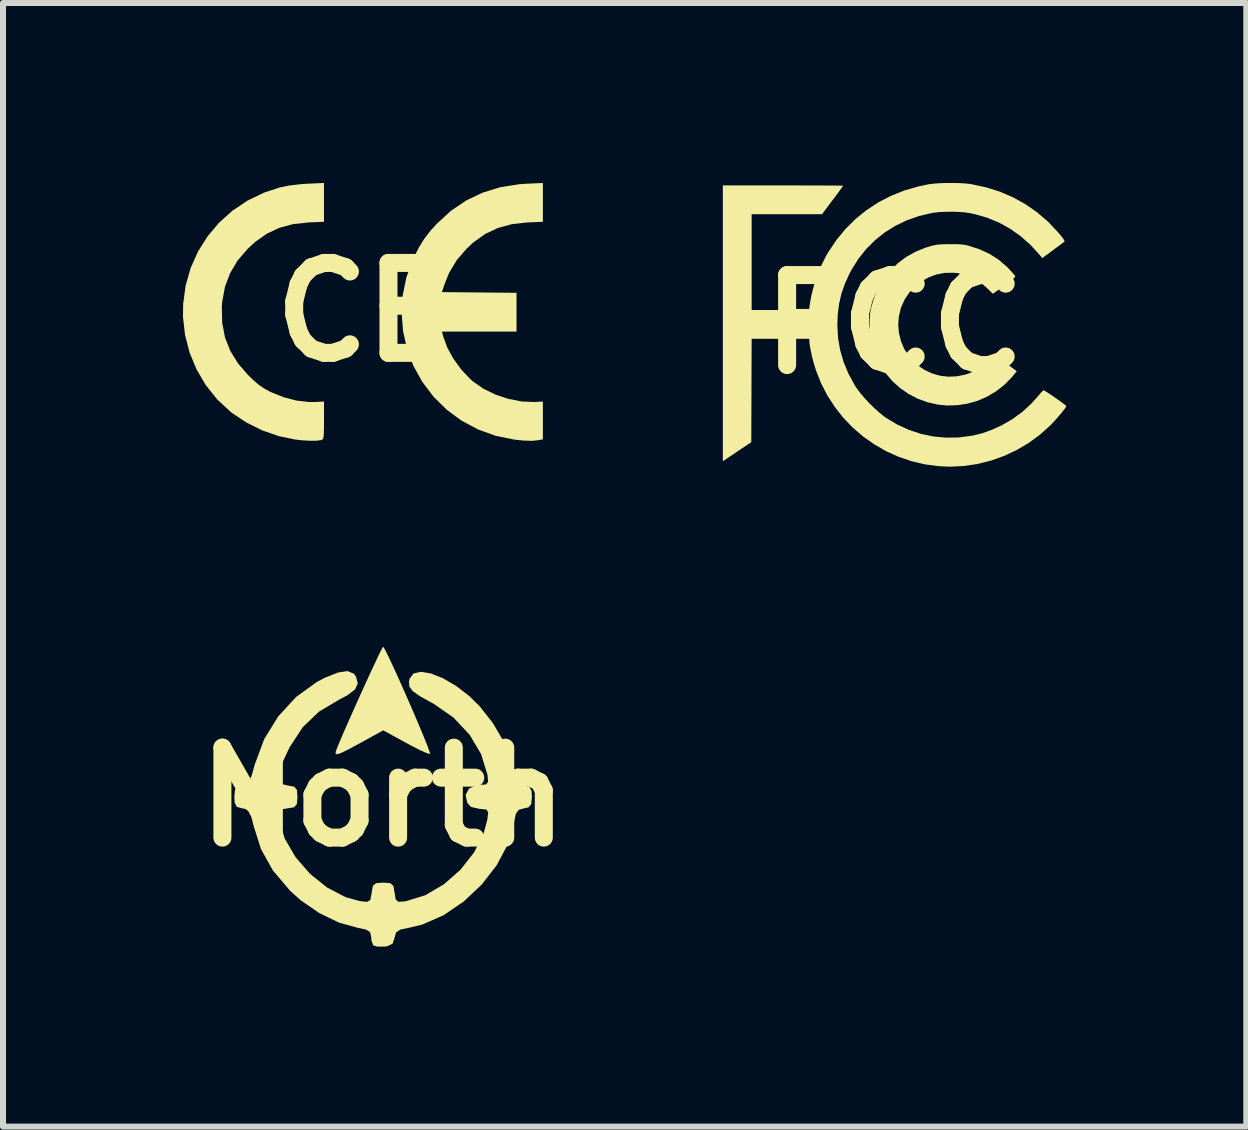
<source format=kicad_pcb>
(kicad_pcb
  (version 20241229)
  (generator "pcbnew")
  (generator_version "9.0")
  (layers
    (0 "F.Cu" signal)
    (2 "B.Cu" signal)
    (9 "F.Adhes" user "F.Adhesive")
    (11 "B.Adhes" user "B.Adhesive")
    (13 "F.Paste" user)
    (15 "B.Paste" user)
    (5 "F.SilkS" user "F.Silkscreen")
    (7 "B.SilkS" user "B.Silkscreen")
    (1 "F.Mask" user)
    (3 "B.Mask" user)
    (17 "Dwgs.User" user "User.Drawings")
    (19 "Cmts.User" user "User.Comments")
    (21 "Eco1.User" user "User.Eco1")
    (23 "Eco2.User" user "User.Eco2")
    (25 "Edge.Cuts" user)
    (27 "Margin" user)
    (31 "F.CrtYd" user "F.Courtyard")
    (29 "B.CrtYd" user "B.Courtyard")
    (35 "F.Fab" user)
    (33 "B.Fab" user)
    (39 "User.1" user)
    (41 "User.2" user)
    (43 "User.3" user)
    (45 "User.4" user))
  (footprint "FCC"
    (layer "F.Cu")
    (at 11.856 2.357)
    (property "Reference" "FCC" (at 0 0 0) (layer "F.SilkS") (effects (font (size 1.5 1.5) (thickness 0.3))))
    (attr board_only exclude_from_pos_files exclude_from_bom)
    (fp_poly (pts (xy 1.011 -1.337) (xy 1.073 -1.336) (xy 1.122 -1.332) (xy 1.164 -1.327) (xy 1.206 -1.319) (xy 1.242 -1.31) (xy 1.422 -1.252) (xy 1.586 -1.176) (xy 1.736 -1.081) (xy 1.871 -0.966) (xy 1.921 -0.916) (xy 1.957 -0.876) (xy 1.988 -0.841) (xy 2.009 -0.815) (xy 2.016 -0.805) (xy 2.016 -0.796) (xy 2.006 -0.782) (xy 1.985 -0.762) (xy 1.95 -0.733) (xy 1.899 -0.695) (xy 1.835 -0.648) (xy 1.644 -0.51) (xy 1.539 -0.612) (xy 1.43 -0.705) (xy 1.315 -0.776) (xy 1.193 -0.825) (xy 1.061 -0.853) (xy 0.984 -0.861) (xy 0.842 -0.858) (xy 0.706 -0.832) (xy 0.576 -0.785) (xy 0.457 -0.72) (xy 0.349 -0.636) (xy 0.255 -0.536) (xy 0.177 -0.421) (xy 0.118 -0.293) (xy 0.11 -0.27) (xy 0.077 -0.134) (xy 0.066 0.004) (xy 0.078 0.142) (xy 0.111 0.277) (xy 0.164 0.405) (xy 0.238 0.523) (xy 0.286 0.582) (xy 0.389 0.681) (xy 0.505 0.759) (xy 0.63 0.818) (xy 0.763 0.856) (xy 0.9 0.872) (xy 1.04 0.866) (xy 1.181 0.838) (xy 1.228 0.823) (xy 1.313 0.788) (xy 1.389 0.745) (xy 1.464 0.691) (xy 1.542 0.619) (xy 1.551 0.611) (xy 1.655 0.507) (xy 1.848 0.641) (xy 1.907 0.682) (xy 1.959 0.719) (xy 2 0.749) (xy 2.029 0.77) (xy 2.04 0.78) (xy 2.04 0.78) (xy 2.033 0.791) (xy 2.013 0.817) (xy 1.984 0.852) (xy 1.951 0.89) (xy 1.829 1.014) (xy 1.692 1.119) (xy 1.543 1.207) (xy 1.385 1.275) (xy 1.219 1.322) (xy 1.048 1.348) (xy 0.876 1.352) (xy 0.732 1.338) (xy 0.557 1.299) (xy 0.392 1.239) (xy 0.238 1.159) (xy 0.098 1.062) (xy -0.029 0.948) (xy -0.14 0.818) (xy -0.234 0.675) (xy -0.31 0.519) (xy -0.366 0.352) (xy -0.402 0.176) (xy -0.408 0.126) (xy -0.413 0.042) (xy -0.412 -0.052) (xy -0.406 -0.146) (xy -0.395 -0.23) (xy -0.389 -0.262) (xy -0.338 -0.44) (xy -0.266 -0.606) (xy -0.176 -0.758) (xy -0.067 -0.896) (xy 0.058 -1.018) (xy 0.199 -1.124) (xy 0.355 -1.211) (xy 0.524 -1.28) (xy 0.61 -1.305) (xy 0.657 -1.317) (xy 0.699 -1.326) (xy 0.742 -1.331) (xy 0.792 -1.335) (xy 0.854 -1.336) (xy 0.93 -1.337)) (stroke (width 0) (type solid)) (fill yes) (layer "F.SilkS"))
    (fp_poly (pts (xy 1.083 -2.355) (xy 1.183 -2.349) (xy 1.268 -2.34) (xy 1.29 -2.336) (xy 1.533 -2.284) (xy 1.763 -2.211) (xy 1.982 -2.117) (xy 2.187 -2.003) (xy 2.38 -1.869) (xy 2.56 -1.715) (xy 2.725 -1.541) (xy 2.781 -1.475) (xy 2.813 -1.433) (xy 2.833 -1.401) (xy 2.839 -1.383) (xy 2.838 -1.38) (xy 2.825 -1.37) (xy 2.796 -1.348) (xy 2.754 -1.317) (xy 2.703 -1.279) (xy 2.647 -1.237) (xy 2.467 -1.105) (xy 2.425 -1.156) (xy 2.273 -1.323) (xy 2.109 -1.468) (xy 1.935 -1.592) (xy 1.75 -1.695) (xy 1.554 -1.776) (xy 1.348 -1.836) (xy 1.248 -1.857) (xy 1.164 -1.868) (xy 1.065 -1.875) (xy 0.956 -1.878) (xy 0.846 -1.876) (xy 0.743 -1.871) (xy 0.652 -1.861) (xy 0.625 -1.856) (xy 0.412 -1.806) (xy 0.21 -1.735) (xy 0.021 -1.644) (xy -0.156 -1.534) (xy -0.318 -1.405) (xy -0.465 -1.259) (xy -0.595 -1.096) (xy -0.709 -0.916) (xy -0.743 -0.852) (xy -0.821 -0.682) (xy -0.88 -0.514) (xy -0.919 -0.344) (xy -0.942 -0.166) (xy -0.948 0.012) (xy -0.937 0.224) (xy -0.901 0.431) (xy -0.843 0.632) (xy -0.761 0.827) (xy -0.657 1.017) (xy -0.623 1.069) (xy -0.568 1.142) (xy -0.499 1.224) (xy -0.42 1.309) (xy -0.336 1.392) (xy -0.253 1.467) (xy -0.175 1.53) (xy -0.138 1.557) (xy 0.049 1.669) (xy 0.243 1.758) (xy 0.444 1.825) (xy 0.649 1.868) (xy 0.859 1.888) (xy 1.073 1.885) (xy 1.289 1.857) (xy 1.307 1.854) (xy 1.459 1.817) (xy 1.615 1.762) (xy 1.778 1.689) (xy 1.783 1.687) (xy 1.966 1.582) (xy 2.135 1.459) (xy 2.288 1.318) (xy 2.398 1.194) (xy 2.432 1.154) (xy 2.461 1.122) (xy 2.482 1.103) (xy 2.489 1.098) (xy 2.504 1.105) (xy 2.534 1.123) (xy 2.575 1.149) (xy 2.624 1.182) (xy 2.677 1.218) (xy 2.73 1.256) (xy 2.779 1.291) (xy 2.821 1.322) (xy 2.852 1.346) (xy 2.867 1.36) (xy 2.869 1.363) (xy 2.861 1.379) (xy 2.84 1.409) (xy 2.808 1.45) (xy 2.769 1.498) (xy 2.725 1.55) (xy 2.678 1.602) (xy 2.633 1.651) (xy 2.596 1.689) (xy 2.424 1.843) (xy 2.237 1.979) (xy 2.038 2.096) (xy 1.828 2.194) (xy 1.611 2.271) (xy 1.387 2.327) (xy 1.159 2.361) (xy 0.928 2.372) (xy 0.747 2.364) (xy 0.514 2.334) (xy 0.289 2.281) (xy 0.071 2.207) (xy -0.137 2.113) (xy -0.334 1.999) (xy -0.52 1.868) (xy -0.692 1.72) (xy -0.849 1.557) (xy -0.99 1.378) (xy -1.114 1.186) (xy -1.22 0.982) (xy -1.305 0.766) (xy -1.338 0.66) (xy -1.357 0.59) (xy -1.375 0.515) (xy -1.391 0.44) (xy -1.404 0.37) (xy -1.413 0.312) (xy -1.416 0.271) (xy -1.416 0.268) (xy -1.416 0.24) (xy -1.897 0.24) (xy -2.377 0.24) (xy -2.38 1.101) (xy -2.383 1.963) (xy -2.62 2.122) (xy -2.857 2.281) (xy -2.857 -0.018) (xy -2.857 -2.317) (xy -1.855 -2.317) (xy -1.702 -2.317) (xy -1.556 -2.316) (xy -1.419 -2.316) (xy -1.293 -2.316) (xy -1.179 -2.315) (xy -1.079 -2.314) (xy -0.995 -2.314) (xy -0.929 -2.313) (xy -0.882 -2.312) (xy -0.857 -2.311) (xy -0.852 -2.311) (xy -0.859 -2.3) (xy -0.879 -2.272) (xy -0.909 -2.231) (xy -0.947 -2.179) (xy -0.992 -2.118) (xy -1.028 -2.071) (xy -1.203 -1.837) (xy -1.79 -1.837) (xy -2.377 -1.837) (xy -2.377 -1.038) (xy -2.377 -0.24) (xy -1.898 -0.24) (xy -1.419 -0.24) (xy -1.411 -0.309) (xy -1.383 -0.475) (xy -1.339 -0.648) (xy -1.28 -0.824) (xy -1.21 -0.994) (xy -1.13 -1.152) (xy -1.098 -1.206) (xy -0.963 -1.408) (xy -0.812 -1.591) (xy -0.645 -1.757) (xy -0.463 -1.904) (xy -0.267 -2.033) (xy -0.058 -2.141) (xy 0.163 -2.23) (xy 0.397 -2.298) (xy 0.582 -2.337) (xy 0.661 -2.346) (xy 0.757 -2.353) (xy 0.863 -2.357) (xy 0.974 -2.357)) (stroke (width 0) (type solid)) (fill yes) (layer "F.SilkS")))
  (footprint "North"
    (layer "F.Cu")
    (at 3.336 10.234)
    (property "Reference" "North" (at 0 0 0) (layer "F.SilkS") (effects (font (size 1.5 1.5) (thickness 0.3))))
    (attr board_only exclude_from_pos_files exclude_from_bom)
    (fp_poly (pts (xy 0.028 -2.462) (xy 0.088 -2.343) (xy 0.171 -2.166) (xy 0.27 -1.949) (xy 0.377 -1.707) (xy 0.486 -1.459) (xy 0.587 -1.221) (xy 0.675 -1.011) (xy 0.741 -0.846) (xy 0.778 -0.742) (xy 0.783 -0.716) (xy 0.732 -0.728) (xy 0.616 -0.78) (xy 0.455 -0.862) (xy 0.381 -0.902) (xy 0.002 -1.11) (xy -0.368 -0.906) (xy -0.573 -0.795) (xy -0.703 -0.731) (xy -0.773 -0.71) (xy -0.795 -0.727) (xy -0.782 -0.78) (xy -0.781 -0.782) (xy -0.73 -0.907) (xy -0.653 -1.088) (xy -0.556 -1.307) (xy -0.449 -1.548) (xy -0.338 -1.794) (xy -0.231 -2.028) (xy -0.136 -2.232) (xy -0.061 -2.39) (xy -0.013 -2.485) (xy -0.000023 -2.505)) (stroke (width 0) (type solid)) (fill yes) (layer "F.SilkS"))
    (fp_poly (pts (xy -0.488 -2.055) (xy -0.453 -2.008) (xy -0.422 -1.893) (xy -0.468 -1.792) (xy -0.599 -1.692) (xy -0.722 -1.628) (xy -1.068 -1.423) (xy -1.34 -1.162) (xy -1.558 -0.828) (xy -1.575 -0.793) (xy -1.687 -0.554) (xy -1.744 -0.385) (xy -1.745 -0.277) (xy -1.691 -0.215) (xy -1.591 -0.191) (xy -1.481 -0.171) (xy -1.436 -0.116) (xy -1.428 0) (xy -1.437 0.119) (xy -1.484 0.172) (xy -1.597 0.191) (xy -1.71 0.21) (xy -1.749 0.257) (xy -1.74 0.366) (xy -1.739 0.37) (xy -1.64 0.693) (xy -1.461 1.002) (xy -1.219 1.281) (xy -0.934 1.51) (xy -0.622 1.672) (xy -0.383 1.737) (xy -0.266 1.749) (xy -0.213 1.718) (xy -0.194 1.619) (xy -0.191 1.597) (xy -0.171 1.483) (xy -0.118 1.437) (xy 0 1.428) (xy 0.119 1.437) (xy 0.172 1.484) (xy 0.191 1.597) (xy 0.209 1.708) (xy 0.254 1.748) (xy 0.36 1.741) (xy 0.383 1.737) (xy 0.704 1.638) (xy 1.012 1.457) (xy 1.289 1.214) (xy 1.516 0.925) (xy 1.675 0.611) (xy 1.737 0.38) (xy 1.751 0.261) (xy 1.725 0.211) (xy 1.637 0.201) (xy 1.611 0.2) (xy 1.464 0.166) (xy 1.403 0.1) (xy 1.375 -0.033) (xy 1.433 -0.14) (xy 1.559 -0.196) (xy 1.611 -0.2) (xy 1.715 -0.208) (xy 1.75 -0.252) (xy 1.74 -0.362) (xy 1.74 -0.366) (xy 1.634 -0.713) (xy 1.441 -1.038) (xy 1.173 -1.323) (xy 0.842 -1.553) (xy 0.808 -1.571) (xy 0.612 -1.68) (xy 0.494 -1.764) (xy 0.438 -1.839) (xy 0.431 -1.921) (xy 0.44 -1.967) (xy 0.506 -2.058) (xy 0.632 -2.086) (xy 0.801 -2.057) (xy 1.001 -1.977) (xy 1.216 -1.851) (xy 1.432 -1.685) (xy 1.611 -1.51) (xy 1.831 -1.229) (xy 2.013 -0.918) (xy 2.138 -0.609) (xy 2.183 -0.42) (xy 2.212 -0.282) (xy 2.259 -0.216) (xy 2.345 -0.191) (xy 2.347 -0.191) (xy 2.438 -0.166) (xy 2.474 -0.1) (xy 2.48 0) (xy 2.469 0.121) (xy 2.423 0.174) (xy 2.347 0.191) (xy 2.262 0.214) (xy 2.214 0.277) (xy 2.185 0.409) (xy 2.182 0.428) (xy 2.081 0.784) (xy 1.897 1.133) (xy 1.646 1.458) (xy 1.344 1.743) (xy 1.007 1.972) (xy 0.652 2.128) (xy 0.42 2.183) (xy 0.282 2.212) (xy 0.216 2.259) (xy 0.191 2.345) (xy 0.191 2.347) (xy 0.158 2.446) (xy 0.071 2.488) (xy 0.023 2.495) (xy -0.096 2.495) (xy -0.165 2.474) (xy -0.193 2.4) (xy -0.2 2.327) (xy -0.217 2.253) (xy -0.284 2.211) (xy -0.417 2.183) (xy -0.733 2.096) (xy -1.064 1.936) (xy -1.378 1.719) (xy -1.551 1.563) (xy -1.837 1.226) (xy -2.036 0.869) (xy -2.156 0.491) (xy -2.197 0.328) (xy -2.24 0.239) (xy -2.299 0.2) (xy -2.349 0.19) (xy -2.438 0.166) (xy -2.474 0.099) (xy -2.48 0) (xy -2.469 -0.121) (xy -2.422 -0.175) (xy -2.353 -0.19) (xy -2.283 -0.209) (xy -2.232 -0.261) (xy -2.188 -0.367) (xy -2.137 -0.55) (xy -2.136 -0.551) (xy -1.982 -0.964) (xy -1.749 -1.342) (xy -1.451 -1.666) (xy -1.103 -1.918) (xy -0.977 -1.984) (xy -0.752 -2.074) (xy -0.593 -2.098)) (stroke (width 0) (type solid)) (fill yes) (layer "F.SilkS")))
  (footprint "CE"
    (layer "F.Cu")
    (at 2.997 2.154)
    (property "Reference" "CE" (at 0 0 0) (layer "F.SilkS") (effects (font (size 1.5 1.5) (thickness 0.3))))
    (attr board_only exclude_from_pos_files exclude_from_bom)
    (fp_poly (pts (xy 3.002 -1.831) (xy 3.002 -1.507) (xy 2.742 -1.496) (xy 2.483 -1.467) (xy 2.252 -1.404) (xy 2.042 -1.305) (xy 1.846 -1.166) (xy 1.733 -1.061) (xy 1.565 -0.866) (xy 1.439 -0.656) (xy 1.37 -0.486) (xy 1.319 -0.335) (xy 1.941 -0.329) (xy 2.563 -0.323) (xy 2.563 0.00037) (xy 2.563 0.323) (xy 1.941 0.323) (xy 1.32 0.323) (xy 1.343 0.41) (xy 1.41 0.593) (xy 1.513 0.779) (xy 1.643 0.957) (xy 1.793 1.116) (xy 1.842 1.158) (xy 2.012 1.276) (xy 2.212 1.373) (xy 2.428 1.445) (xy 2.645 1.488) (xy 2.852 1.497) (xy 2.854 1.497) (xy 3.002 1.489) (xy 3.002 1.804) (xy 3.002 2.119) (xy 2.93 2.133) (xy 2.823 2.144) (xy 2.683 2.14) (xy 2.523 2.123) (xy 2.214 2.06) (xy 1.922 1.955) (xy 1.65 1.81) (xy 1.402 1.628) (xy 1.18 1.409) (xy 0.992 1.161) (xy 0.844 0.895) (xy 0.738 0.613) (xy 0.672 0.318) (xy 0.648 0.018) (xy 0.666 -0.283) (xy 0.727 -0.58) (xy 0.83 -0.866) (xy 0.854 -0.918) (xy 0.94 -1.087) (xy 1.028 -1.228) (xy 1.129 -1.359) (xy 1.234 -1.474) (xy 1.468 -1.689) (xy 1.723 -1.862) (xy 1.998 -1.993) (xy 2.294 -2.084) (xy 2.611 -2.134) (xy 2.719 -2.141) (xy 3.002 -2.154)) (stroke (width 0) (type solid)) (fill yes) (layer "F.SilkS"))
    (fp_poly (pts (xy -0.647 -1.831) (xy -0.647 -1.507) (xy -0.906 -1.496) (xy -1.163 -1.468) (xy -1.392 -1.406) (xy -1.6 -1.308) (xy -1.794 -1.171) (xy -1.915 -1.06) (xy -2.085 -0.863) (xy -2.211 -0.652) (xy -2.297 -0.424) (xy -2.343 -0.173) (xy -2.35 -0.081) (xy -2.343 0.181) (xy -2.296 0.422) (xy -2.207 0.648) (xy -2.075 0.859) (xy -1.917 1.042) (xy -1.816 1.14) (xy -1.73 1.213) (xy -1.646 1.27) (xy -1.55 1.322) (xy -1.524 1.335) (xy -1.32 1.417) (xy -1.106 1.473) (xy -0.898 1.497) (xy -0.797 1.497) (xy -0.646 1.489) (xy -0.646 1.804) (xy -0.647 1.93) (xy -0.649 2.017) (xy -0.653 2.074) (xy -0.661 2.106) (xy -0.674 2.123) (xy -0.693 2.131) (xy -0.699 2.133) (xy -0.771 2.142) (xy -0.877 2.143) (xy -1.005 2.136) (xy -1.121 2.123) (xy -1.399 2.066) (xy -1.676 1.97) (xy -1.94 1.839) (xy -2.179 1.68) (xy -2.206 1.659) (xy -2.429 1.451) (xy -2.618 1.214) (xy -2.771 0.953) (xy -2.887 0.673) (xy -2.963 0.379) (xy -2.997 0.076) (xy -2.994 -0.137) (xy -2.953 -0.444) (xy -2.869 -0.737) (xy -2.746 -1.012) (xy -2.587 -1.265) (xy -2.395 -1.493) (xy -2.171 -1.693) (xy -1.92 -1.861) (xy -1.644 -1.994) (xy -1.385 -2.079) (xy -1.23 -2.111) (xy -1.047 -2.133) (xy -0.918 -2.142) (xy -0.647 -2.154)) (stroke (width 0) (type solid)) (fill yes) (layer "F.SilkS")))
  (gr_rect
    (start -3 -3)
    (end 17.724 15.729)
    (stroke (width 0.1) (type default))
    (fill no)
    (layer "Edge.Cuts")))
</source>
